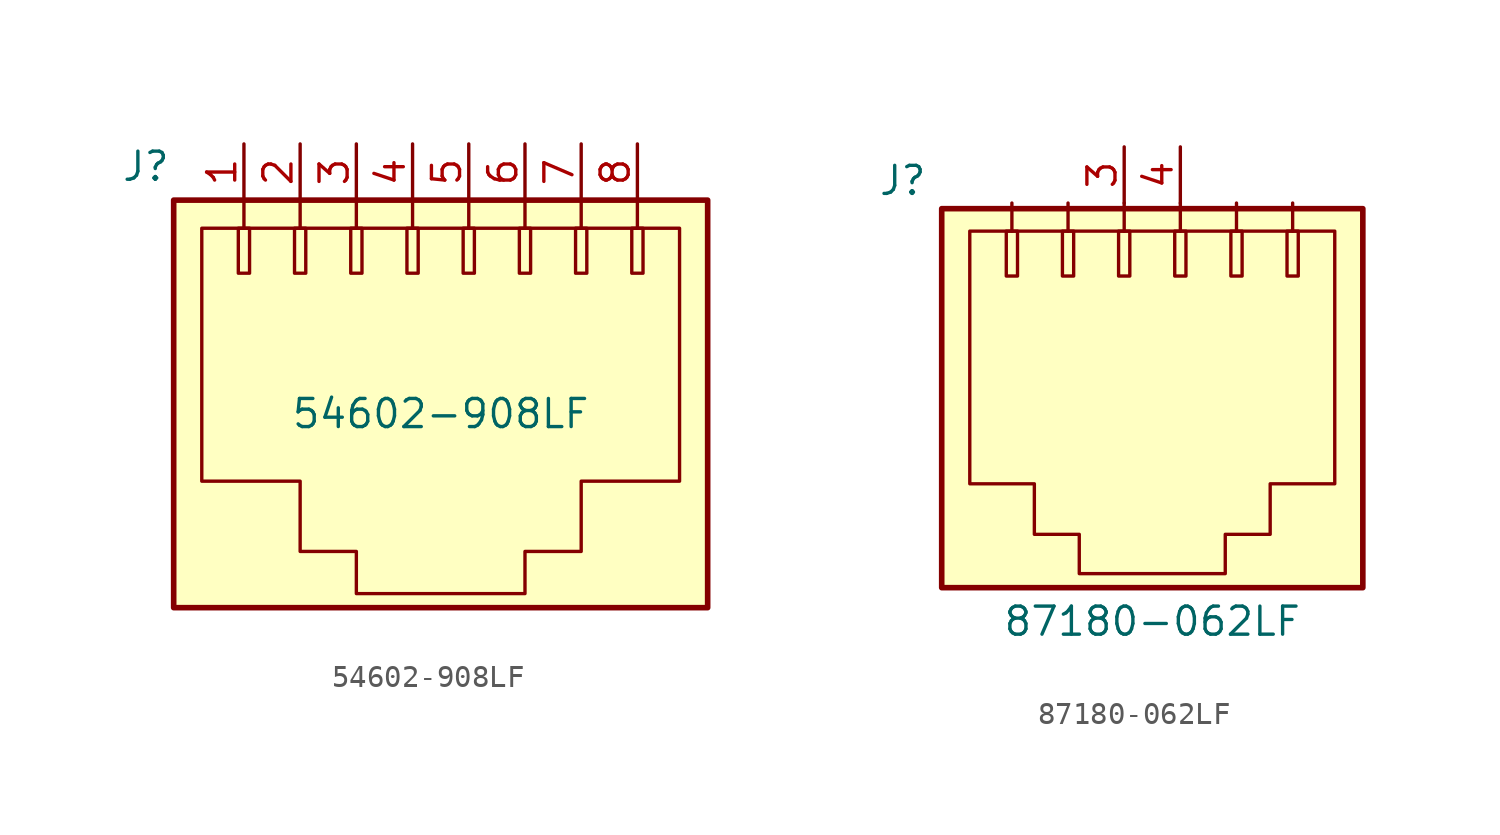
<source format=kicad_sym>
(kicad_symbol_lib
  (version 20211014)
  (generator kicad_symbol_editor)
  (symbol "54602-908LF"
    (pin_names
      (offset 1.016))
    (property "Reference" "J"
      (at -10.922 9.144 0)
      (effects (font (size 1.27 1.27)) (justify right)))
    (property "Value" "54602-908LF"
      (at 1.27 -2.032 0)
      (effects (font (size 1.27 1.27))))
    (symbol "54602-908LF_0_1"
      (rectangle (start -10.795 7.62) (end 13.335 -10.795) (stroke (width 0.254) (type default) (color 0 0 0 0)) (fill (type background)))
      (rectangle (start -7.874 6.35) (end -7.366 4.318) (stroke (width 0) (type default) (color 0 0 0 0)) (fill (type none)))
      (rectangle (start -5.334 6.35) (end -4.826 4.318) (stroke (width 0) (type default) (color 0 0 0 0)) (fill (type none)))
      (rectangle (start -2.794 6.35) (end -2.286 4.318) (stroke (width 0) (type default) (color 0 0 0 0)) (fill (type none)))
      (rectangle (start -0.254 6.35) (end 0.254 4.318) (stroke (width 0) (type default) (color 0 0 0 0)) (fill (type none)))
      (polyline (pts (xy -7.62 7.62) (xy -7.62 6.35)) (stroke (width 0) (type default) (color 0 0 0 0)) (fill (type none)))
      (polyline (pts (xy -5.08 7.62) (xy -5.08 6.35)) (stroke (width 0) (type default) (color 0 0 0 0)) (fill (type none)))
      (polyline (pts (xy -2.54 7.62) (xy -2.54 6.35)) (stroke (width 0) (type default) (color 0 0 0 0)) (fill (type none)))
      (polyline (pts (xy 0 7.62) (xy 0 6.35)) (stroke (width 0) (type default) (color 0 0 0 0)) (fill (type none)))
      (polyline (pts (xy 2.54 7.62) (xy 2.54 6.35)) (stroke (width 0) (type default) (color 0 0 0 0)) (fill (type none)))
      (polyline (pts (xy 5.08 7.62) (xy 5.08 6.35)) (stroke (width 0) (type default) (color 0 0 0 0)) (fill (type none)))
      (polyline (pts (xy 7.62 7.62) (xy 7.62 6.35)) (stroke (width 0) (type default) (color 0 0 0 0)) (fill (type none)))
      (polyline (pts (xy 10.16 7.62) (xy 10.16 6.35)) (stroke (width 0) (type default) (color 0 0 0 0)) (fill (type none)))
      (polyline (pts (xy -9.525 6.35) (xy 12.065 6.35) (xy 12.065 -5.08) (xy 7.62 -5.08) (xy 7.62 -8.255) (xy 5.08 -8.255) (xy 5.08 -10.16) (xy -2.54 -10.16) (xy -2.54 -8.255) (xy -5.08 -8.255) (xy -5.08 -5.08) (xy -9.525 -5.08) (xy -9.525 6.35)) (stroke (width 0) (type default) (color 0 0 0 0)) (fill (type none)))
      (rectangle (start 2.286 6.35) (end 2.794 4.318) (stroke (width 0) (type default) (color 0 0 0 0)) (fill (type none)))
      (rectangle (start 4.826 6.35) (end 5.334 4.318) (stroke (width 0) (type default) (color 0 0 0 0)) (fill (type none)))
      (rectangle (start 7.366 6.35) (end 7.874 4.318) (stroke (width 0) (type default) (color 0 0 0 0)) (fill (type none)))
      (rectangle (start 9.906 6.35) (end 10.414 4.318) (stroke (width 0) (type default) (color 0 0 0 0)) (fill (type none))))
    (symbol "54602-908LF_1_1"
      (pin passive line (at -7.62 10.16 270) (length 2.54) (name "~" (effects (font (size 1.27 1.27)))) (number "1" (effects (font (size 1.27 1.27)))))
      (pin passive line (at -5.08 10.16 270) (length 2.54) (name "~" (effects (font (size 1.27 1.27)))) (number "2" (effects (font (size 1.27 1.27)))))
      (pin passive line (at -2.54 10.16 270) (length 2.54) (name "~" (effects (font (size 1.27 1.27)))) (number "3" (effects (font (size 1.27 1.27)))))
      (pin passive line (at 0 10.16 270) (length 2.54) (name "~" (effects (font (size 1.27 1.27)))) (number "4" (effects (font (size 1.27 1.27)))))
      (pin passive line (at 2.54 10.16 270) (length 2.54) (name "~" (effects (font (size 1.27 1.27)))) (number "5" (effects (font (size 1.27 1.27)))))
      (pin passive line (at 5.08 10.16 270) (length 2.54) (name "~" (effects (font (size 1.27 1.27)))) (number "6" (effects (font (size 1.27 1.27)))))
      (pin passive line (at 7.62 10.16 270) (length 2.54) (name "~" (effects (font (size 1.27 1.27)))) (number "7" (effects (font (size 1.27 1.27)))))
      (pin passive line (at 10.16 10.16 270) (length 2.54) (name "~" (effects (font (size 1.27 1.27)))) (number "8" (effects (font (size 1.27 1.27)))))))
  (symbol "87180-062LF"
    (pin_names
      (offset 1.016))
    (property "Reference" "J"
      (at -11.43 8.636 0)
      (effects (font (size 1.27 1.27)) (justify right)))
    (property "Value" "87180-062LF"
      (at -1.27 -11.303 0)
      (effects (font (size 1.27 1.27))))
    (symbol "87180-062LF_0_1"
      (rectangle (start -10.795 7.366) (end 8.255 -9.779) (stroke (width 0.254) (type default) (color 0 0 0 0)) (fill (type background)))
      (rectangle (start -7.874 6.35) (end -7.366 4.318) (stroke (width 0) (type default) (color 0 0 0 0)) (fill (type none)))
      (rectangle (start -5.334 6.35) (end -4.826 4.318) (stroke (width 0) (type default) (color 0 0 0 0)) (fill (type none)))
      (rectangle (start -2.794 6.35) (end -2.286 4.318) (stroke (width 0) (type default) (color 0 0 0 0)) (fill (type none)))
      (rectangle (start -0.254 6.35) (end 0.254 4.318) (stroke (width 0) (type default) (color 0 0 0 0)) (fill (type none)))
      (polyline (pts (xy -7.62 7.62) (xy -7.62 6.35)) (stroke (width 0) (type default) (color 0 0 0 0)) (fill (type none)))
      (polyline (pts (xy -5.08 7.62) (xy -5.08 6.35)) (stroke (width 0) (type default) (color 0 0 0 0)) (fill (type none)))
      (polyline (pts (xy -2.54 7.62) (xy -2.54 6.35)) (stroke (width 0) (type default) (color 0 0 0 0)) (fill (type none)))
      (polyline (pts (xy 0 7.62) (xy 0 6.35)) (stroke (width 0) (type default) (color 0 0 0 0)) (fill (type none)))
      (polyline (pts (xy 2.54 7.62) (xy 2.54 6.35)) (stroke (width 0) (type default) (color 0 0 0 0)) (fill (type none)))
      (polyline (pts (xy 5.08 7.62) (xy 5.08 6.35)) (stroke (width 0) (type default) (color 0 0 0 0)) (fill (type none)))
      (polyline (pts (xy -9.525 6.35) (xy 6.985 6.35) (xy 6.985 -5.08) (xy 4.064 -5.08) (xy 4.064 -7.366) (xy 2.032 -7.366) (xy 2.032 -9.144) (xy -4.572 -9.144) (xy -4.572 -7.366) (xy -6.604 -7.366) (xy -6.604 -5.08) (xy -9.525 -5.08) (xy -9.525 6.35)) (stroke (width 0) (type default) (color 0 0 0 0)) (fill (type none)))
      (rectangle (start 2.286 6.35) (end 2.794 4.318) (stroke (width 0) (type default) (color 0 0 0 0)) (fill (type none)))
      (rectangle (start 4.826 6.35) (end 5.334 4.318) (stroke (width 0) (type default) (color 0 0 0 0)) (fill (type none))))
    (symbol "87180-062LF_1_1"
      (pin passive line (at -2.54 10.16 270) (length 2.54) (name "~" (effects (font (size 1.27 1.27)))) (number "3" (effects (font (size 1.27 1.27)))))
      (pin passive line (at 0 10.16 270) (length 2.54) (name "~" (effects (font (size 1.27 1.27)))) (number "4" (effects (font (size 1.27 1.27))))))))
</source>
